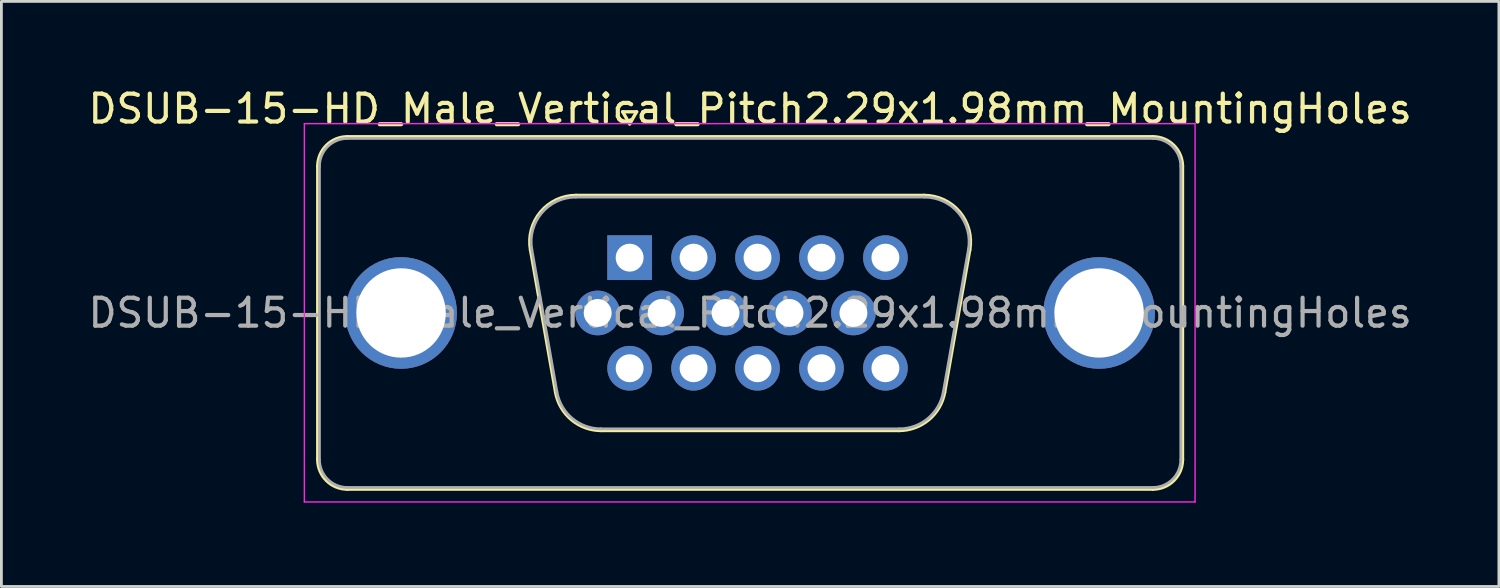
<source format=kicad_pcb>
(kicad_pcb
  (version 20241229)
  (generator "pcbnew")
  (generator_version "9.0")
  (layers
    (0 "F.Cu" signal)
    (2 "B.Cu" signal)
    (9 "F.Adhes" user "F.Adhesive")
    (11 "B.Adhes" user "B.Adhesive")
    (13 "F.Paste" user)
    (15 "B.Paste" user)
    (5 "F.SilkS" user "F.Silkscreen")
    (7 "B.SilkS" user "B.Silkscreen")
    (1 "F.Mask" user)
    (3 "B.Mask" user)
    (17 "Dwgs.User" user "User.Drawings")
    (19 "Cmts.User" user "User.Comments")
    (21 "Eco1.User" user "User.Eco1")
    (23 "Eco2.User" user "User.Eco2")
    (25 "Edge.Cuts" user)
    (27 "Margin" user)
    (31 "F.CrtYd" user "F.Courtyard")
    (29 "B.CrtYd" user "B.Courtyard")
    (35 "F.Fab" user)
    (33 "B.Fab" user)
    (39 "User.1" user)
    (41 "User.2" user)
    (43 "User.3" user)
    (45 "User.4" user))
  (footprint "DSUB-15-HD_Male_Vertical_Pitch2.29x1.98mm_MountingHoles"
    (layer "F.Cu")
    (at 19.5 6.178)
    (property "Reference" "DSUB-15-HD_Male_Vertical_Pitch2.29x1.98mm_MountingHoles" (at 4.315 -5.33 0) (layer "F.SilkS") (effects (font (size 1 1) (thickness 0.15))))
    (attr through_hole)
    (fp_line (start -11.17 7.23) (end -11.17 -3.27) (stroke (width 0.12) (type solid)) (layer "F.SilkS"))
    (fp_line (start -10.11 -4.33) (end 18.74 -4.33) (stroke (width 0.12) (type solid)) (layer "F.SilkS"))
    (fp_line (start -3.551 -0.282) (end -2.652 4.818) (stroke (width 0.12) (type solid)) (layer "F.SilkS"))
    (fp_line (start -1.917 -2.23) (end 10.547 -2.23) (stroke (width 0.12) (type solid)) (layer "F.SilkS"))
    (fp_line (start -1.017 6.19) (end 9.647 6.19) (stroke (width 0.12) (type solid)) (layer "F.SilkS"))
    (fp_line (start -0.25 -5.224) (end 0.25 -5.224) (stroke (width 0.12) (type solid)) (layer "F.SilkS"))
    (fp_line (start 0 -4.791) (end -0.25 -5.224) (stroke (width 0.12) (type solid)) (layer "F.SilkS"))
    (fp_line (start 0.25 -5.224) (end 0 -4.791) (stroke (width 0.12) (type solid)) (layer "F.SilkS"))
    (fp_line (start 12.181 -0.282) (end 11.282 4.818) (stroke (width 0.12) (type solid)) (layer "F.SilkS"))
    (fp_line (start 18.74 8.29) (end -10.11 8.29) (stroke (width 0.12) (type solid)) (layer "F.SilkS"))
    (fp_line (start 19.8 -3.27) (end 19.8 7.23) (stroke (width 0.12) (type solid)) (layer "F.SilkS"))
    (fp_arc (start -11.17 -3.27) (mid -10.859533 -4.019533) (end -10.11 -4.33) (stroke (width 0.12) (type solid)) (layer "F.SilkS"))
    (fp_arc (start -10.11 8.29) (mid -10.859533 7.979533) (end -11.17 7.23) (stroke (width 0.12) (type solid)) (layer "F.SilkS"))
    (fp_arc (start -3.55147 -0.281744) (mid -3.188323 -1.637028) (end -1.916689 -2.23) (stroke (width 0.12) (type solid)) (layer "F.SilkS"))
    (fp_arc (start -1.017421 6.19) (mid -2.084448 5.801634) (end -2.652202 4.818256) (stroke (width 0.12) (type solid)) (layer "F.SilkS"))
    (fp_arc (start 10.546689 -2.23) (mid 11.818323 -1.637027) (end 12.18147 -0.281744) (stroke (width 0.12) (type solid)) (layer "F.SilkS"))
    (fp_arc (start 11.282202 4.818256) (mid 10.714449 5.801634) (end 9.647421 6.19) (stroke (width 0.12) (type solid)) (layer "F.SilkS"))
    (fp_arc (start 18.74 -4.33) (mid 19.489533 -4.019533) (end 19.8 -3.27) (stroke (width 0.12) (type solid)) (layer "F.SilkS"))
    (fp_arc (start 19.8 7.23) (mid 19.489533 7.979533) (end 18.74 8.29) (stroke (width 0.12) (type solid)) (layer "F.SilkS"))
    (fp_line (start -11.65 -4.8) (end -11.65 8.75) (stroke (width 0.05) (type solid)) (layer "F.CrtYd"))
    (fp_line (start -11.65 8.75) (end 20.25 8.75) (stroke (width 0.05) (type solid)) (layer "F.CrtYd"))
    (fp_line (start 20.25 -4.8) (end -11.65 -4.8) (stroke (width 0.05) (type solid)) (layer "F.CrtYd"))
    (fp_line (start 20.25 8.75) (end 20.25 -4.8) (stroke (width 0.05) (type solid)) (layer "F.CrtYd"))
    (fp_line (start -11.11 7.23) (end -11.11 -3.27) (stroke (width 0.1) (type solid)) (layer "F.Fab"))
    (fp_line (start -10.11 -4.27) (end 18.74 -4.27) (stroke (width 0.1) (type solid)) (layer "F.Fab"))
    (fp_line (start -3.504 -0.292) (end -2.605 4.808) (stroke (width 0.1) (type solid)) (layer "F.Fab"))
    (fp_line (start -1.928 -2.17) (end 10.558 -2.17) (stroke (width 0.1) (type solid)) (layer "F.Fab"))
    (fp_line (start -1.029 6.13) (end 9.659 6.13) (stroke (width 0.1) (type solid)) (layer "F.Fab"))
    (fp_line (start 12.134 -0.292) (end 11.235 4.808) (stroke (width 0.1) (type solid)) (layer "F.Fab"))
    (fp_line (start 18.74 8.23) (end -10.11 8.23) (stroke (width 0.1) (type solid)) (layer "F.Fab"))
    (fp_line (start 19.74 -3.27) (end 19.74 7.23) (stroke (width 0.1) (type solid)) (layer "F.Fab"))
    (fp_arc (start -11.11 -3.27) (mid -10.817107 -3.977107) (end -10.11 -4.27) (stroke (width 0.1) (type solid)) (layer "F.Fab"))
    (fp_arc (start -10.11 8.23) (mid -10.817107 7.937107) (end -11.11 7.23) (stroke (width 0.1) (type solid)) (layer "F.Fab"))
    (fp_arc (start -3.503886 -0.292163) (mid -3.153865 -1.59846) (end -1.928194 -2.17) (stroke (width 0.1) (type solid)) (layer "F.Fab"))
    (fp_arc (start -1.028927 6.13) (mid -2.057387 5.755671) (end -2.604619 4.807837) (stroke (width 0.1) (type solid)) (layer "F.Fab"))
    (fp_arc (start 10.558194 -2.17) (mid 11.783865 -1.59846) (end 12.133886 -0.292163) (stroke (width 0.1) (type solid)) (layer "F.Fab"))
    (fp_arc (start 11.234619 4.807837) (mid 10.687387 5.755671) (end 9.658927 6.13) (stroke (width 0.1) (type solid)) (layer "F.Fab"))
    (fp_arc (start 18.74 -4.27) (mid 19.447107 -3.977107) (end 19.74 -3.27) (stroke (width 0.1) (type solid)) (layer "F.Fab"))
    (fp_arc (start 19.74 7.23) (mid 19.447107 7.937107) (end 18.74 8.23) (stroke (width 0.1) (type solid)) (layer "F.Fab"))
    (fp_text user "${REFERENCE}" (at 4.315 1.98 0) (layer "F.Fab") (effects (font (size 1 1) (thickness 0.15))))
    (pad "0" thru_hole circle (at -8.185 1.98) (size 4 4) (drill 3.2) (layers "*.Cu" "*.Mask"))
    (pad "0" thru_hole circle (at 16.815 1.98) (size 4 4) (drill 3.2) (layers "*.Cu" "*.Mask"))
    (pad "1" thru_hole rect (at 0 0) (size 1.6 1.6) (drill 1) (layers "*.Cu" "*.Mask"))
    (pad "2" thru_hole circle (at 2.29 0) (size 1.6 1.6) (drill 1) (layers "*.Cu" "*.Mask"))
    (pad "3" thru_hole circle (at 4.58 0) (size 1.6 1.6) (drill 1) (layers "*.Cu" "*.Mask"))
    (pad "4" thru_hole circle (at 6.87 0) (size 1.6 1.6) (drill 1) (layers "*.Cu" "*.Mask"))
    (pad "5" thru_hole circle (at 9.16 0) (size 1.6 1.6) (drill 1) (layers "*.Cu" "*.Mask"))
    (pad "6" thru_hole circle (at -1.145 1.98) (size 1.6 1.6) (drill 1) (layers "*.Cu" "*.Mask"))
    (pad "7" thru_hole circle (at 1.145 1.98) (size 1.6 1.6) (drill 1) (layers "*.Cu" "*.Mask"))
    (pad "8" thru_hole circle (at 3.435 1.98) (size 1.6 1.6) (drill 1) (layers "*.Cu" "*.Mask"))
    (pad "9" thru_hole circle (at 5.725 1.98) (size 1.6 1.6) (drill 1) (layers "*.Cu" "*.Mask"))
    (pad "10" thru_hole circle (at 8.015 1.98) (size 1.6 1.6) (drill 1) (layers "*.Cu" "*.Mask"))
    (pad "11" thru_hole circle (at 0 3.96) (size 1.6 1.6) (drill 1) (layers "*.Cu" "*.Mask"))
    (pad "12" thru_hole circle (at 2.29 3.96) (size 1.6 1.6) (drill 1) (layers "*.Cu" "*.Mask"))
    (pad "13" thru_hole circle (at 4.58 3.96) (size 1.6 1.6) (drill 1) (layers "*.Cu" "*.Mask"))
    (pad "14" thru_hole circle (at 6.87 3.96) (size 1.6 1.6) (drill 1) (layers "*.Cu" "*.Mask"))
    (pad "15" thru_hole circle (at 9.16 3.96) (size 1.6 1.6) (drill 1) (layers "*.Cu" "*.Mask")))
  (gr_rect
    (start -3 -3)
    (end 50.631 17.953)
    (stroke (width 0.1) (type default))
    (fill no)
    (layer "Edge.Cuts")))
</source>
